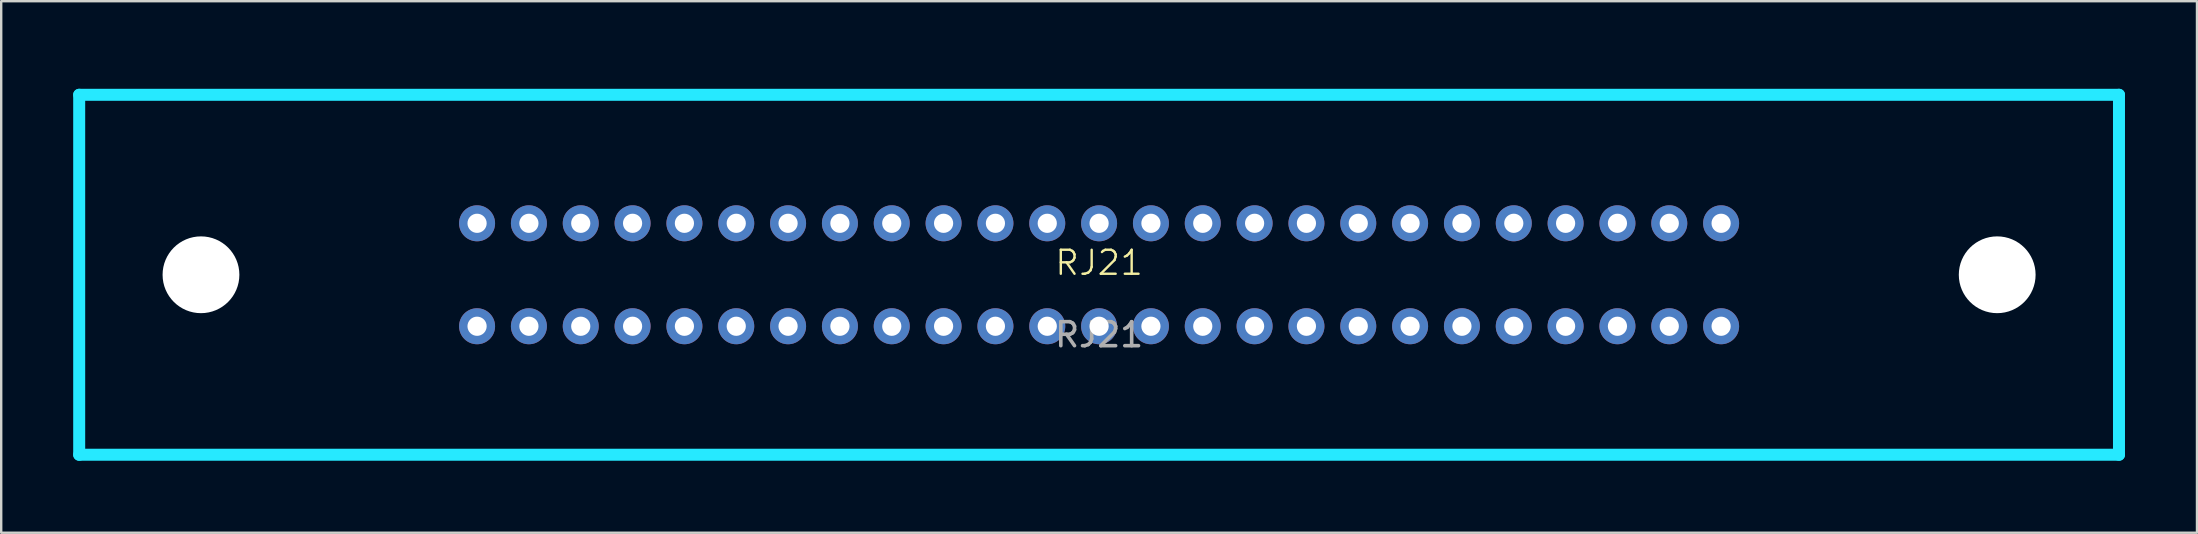
<source format=kicad_pcb>
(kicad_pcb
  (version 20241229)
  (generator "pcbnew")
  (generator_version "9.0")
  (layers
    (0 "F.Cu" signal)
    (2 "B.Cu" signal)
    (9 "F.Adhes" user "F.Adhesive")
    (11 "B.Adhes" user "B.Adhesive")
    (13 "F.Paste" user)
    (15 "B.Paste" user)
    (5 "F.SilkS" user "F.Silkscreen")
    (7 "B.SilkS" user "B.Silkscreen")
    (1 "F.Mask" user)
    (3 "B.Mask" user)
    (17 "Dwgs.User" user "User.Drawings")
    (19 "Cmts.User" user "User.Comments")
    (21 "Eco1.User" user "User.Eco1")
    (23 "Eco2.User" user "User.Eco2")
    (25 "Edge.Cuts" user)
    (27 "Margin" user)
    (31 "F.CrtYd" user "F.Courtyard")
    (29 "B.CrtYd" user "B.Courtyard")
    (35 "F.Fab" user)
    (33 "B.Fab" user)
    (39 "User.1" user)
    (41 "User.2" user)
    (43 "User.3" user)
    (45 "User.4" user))
  (footprint "RJ21"
    (layer "F.Cu")
    (at 42.75 8.4)
    (property "Reference" "RJ21" (at 0 -0.5 0) (unlocked yes) (layer "F.SilkS") (effects (font (size 1 1) (thickness 0.1))))
    (attr through_hole)
    (fp_line (start -42.5 -7.5) (end -42.5 7.5) (stroke (width 0.5) (type solid)) (layer "B.CrtYd"))
    (fp_line (start -42.5 -7.5) (end 42.5 -7.5) (stroke (width 0.5) (type solid)) (layer "B.CrtYd"))
    (fp_line (start -42.5 7.5) (end 42.5 7.5) (stroke (width 0.5) (type solid)) (layer "B.CrtYd"))
    (fp_line (start 42.5 -7.5) (end 42.5 7.5) (stroke (width 0.5) (type solid)) (layer "B.CrtYd"))
    (fp_text user "${REFERENCE}" (at 0 2.5 0) (unlocked yes) (layer "F.Fab") (effects (font (size 1 1) (thickness 0.15))))
    (fp_text user "Connector Side" (at 11.726 -5.5 0) (unlocked yes) (layer "User.1") (effects (font (size 2 2) (thickness 0.3)) (justify left bottom mirror)))
    (pad "" np_thru_hole circle (at -37.425 0) (size 3.2 3.2) (drill 3.2) (layers "*.Cu" "*.Mask"))
    (pad "" np_thru_hole circle (at 37.425 0) (size 3.2 3.2) (drill 3.2) (layers "*.Cu" "*.Mask"))
    (pad "1" thru_hole circle (at -25.92 -2.145) (size 1.5 1.5) (drill 0.8) (layers "*.Cu" "*.Mask"))
    (pad "2" thru_hole circle (at -23.76 -2.145) (size 1.5 1.5) (drill 0.8) (layers "*.Cu" "*.Mask"))
    (pad "3" thru_hole circle (at -21.6 -2.145) (size 1.5 1.5) (drill 0.8) (layers "*.Cu" "*.Mask"))
    (pad "4" thru_hole circle (at -19.44 -2.145) (size 1.5 1.5) (drill 0.8) (layers "*.Cu" "*.Mask"))
    (pad "5" thru_hole circle (at -17.28 -2.145) (size 1.5 1.5) (drill 0.8) (layers "*.Cu" "*.Mask"))
    (pad "6" thru_hole circle (at -15.12 -2.145) (size 1.5 1.5) (drill 0.8) (layers "*.Cu" "*.Mask"))
    (pad "7" thru_hole circle (at -12.96 -2.145) (size 1.5 1.5) (drill 0.8) (layers "*.Cu" "*.Mask"))
    (pad "8" thru_hole circle (at -10.8 -2.145) (size 1.5 1.5) (drill 0.8) (layers "*.Cu" "*.Mask"))
    (pad "9" thru_hole circle (at -8.64 -2.145) (size 1.5 1.5) (drill 0.8) (layers "*.Cu" "*.Mask"))
    (pad "10" thru_hole circle (at -6.48 -2.145) (size 1.5 1.5) (drill 0.8) (layers "*.Cu" "*.Mask"))
    (pad "11" thru_hole circle (at -4.32 -2.145) (size 1.5 1.5) (drill 0.8) (layers "*.Cu" "*.Mask"))
    (pad "12" thru_hole circle (at -2.16 -2.145) (size 1.5 1.5) (drill 0.8) (layers "*.Cu" "*.Mask"))
    (pad "13" thru_hole circle (at 0 -2.145) (size 1.5 1.5) (drill 0.8) (layers "*.Cu" "*.Mask"))
    (pad "14" thru_hole circle (at 2.16 -2.145) (size 1.5 1.5) (drill 0.8) (layers "*.Cu" "*.Mask"))
    (pad "15" thru_hole circle (at 4.32 -2.145) (size 1.5 1.5) (drill 0.8) (layers "*.Cu" "*.Mask"))
    (pad "16" thru_hole circle (at 6.48 -2.145) (size 1.5 1.5) (drill 0.8) (layers "*.Cu" "*.Mask"))
    (pad "17" thru_hole circle (at 8.64 -2.145) (size 1.5 1.5) (drill 0.8) (layers "*.Cu" "*.Mask"))
    (pad "18" thru_hole circle (at 10.8 -2.145) (size 1.5 1.5) (drill 0.8) (layers "*.Cu" "*.Mask"))
    (pad "19" thru_hole circle (at 12.96 -2.145) (size 1.5 1.5) (drill 0.8) (layers "*.Cu" "*.Mask"))
    (pad "20" thru_hole circle (at 15.12 -2.145) (size 1.5 1.5) (drill 0.8) (layers "*.Cu" "*.Mask"))
    (pad "21" thru_hole circle (at 17.28 -2.145) (size 1.5 1.5) (drill 0.8) (layers "*.Cu" "*.Mask"))
    (pad "22" thru_hole circle (at 19.44 -2.145) (size 1.5 1.5) (drill 0.8) (layers "*.Cu" "*.Mask"))
    (pad "23" thru_hole circle (at 21.6 -2.145) (size 1.5 1.5) (drill 0.8) (layers "*.Cu" "*.Mask"))
    (pad "24" thru_hole circle (at 23.76 -2.145) (size 1.5 1.5) (drill 0.8) (layers "*.Cu" "*.Mask"))
    (pad "25" thru_hole circle (at 25.92 -2.145) (size 1.5 1.5) (drill 0.8) (layers "*.Cu" "*.Mask"))
    (pad "26" thru_hole circle (at -25.92 2.145) (size 1.5 1.5) (drill 0.8) (layers "*.Cu" "*.Mask"))
    (pad "27" thru_hole circle (at -23.76 2.145) (size 1.5 1.5) (drill 0.8) (layers "*.Cu" "*.Mask"))
    (pad "28" thru_hole circle (at -21.6 2.145) (size 1.5 1.5) (drill 0.8) (layers "*.Cu" "*.Mask"))
    (pad "29" thru_hole circle (at -19.44 2.145) (size 1.5 1.5) (drill 0.8) (layers "*.Cu" "*.Mask"))
    (pad "30" thru_hole circle (at -17.28 2.145) (size 1.5 1.5) (drill 0.8) (layers "*.Cu" "*.Mask"))
    (pad "31" thru_hole circle (at -15.12 2.145) (size 1.5 1.5) (drill 0.8) (layers "*.Cu" "*.Mask"))
    (pad "32" thru_hole circle (at -12.96 2.145) (size 1.5 1.5) (drill 0.8) (layers "*.Cu" "*.Mask"))
    (pad "33" thru_hole circle (at -10.8 2.145) (size 1.5 1.5) (drill 0.8) (layers "*.Cu" "*.Mask"))
    (pad "34" thru_hole circle (at -8.64 2.145) (size 1.5 1.5) (drill 0.8) (layers "*.Cu" "*.Mask"))
    (pad "35" thru_hole circle (at -6.48 2.145) (size 1.5 1.5) (drill 0.8) (layers "*.Cu" "*.Mask"))
    (pad "36" thru_hole circle (at -4.32 2.145) (size 1.5 1.5) (drill 0.8) (layers "*.Cu" "*.Mask"))
    (pad "37" thru_hole circle (at -2.16 2.145) (size 1.5 1.5) (drill 0.8) (layers "*.Cu" "*.Mask"))
    (pad "38" thru_hole circle (at 0 2.145) (size 1.5 1.5) (drill 0.8) (layers "*.Cu" "*.Mask"))
    (pad "39" thru_hole circle (at 2.16 2.145) (size 1.5 1.5) (drill 0.8) (layers "*.Cu" "*.Mask"))
    (pad "40" thru_hole circle (at 4.32 2.145) (size 1.5 1.5) (drill 0.8) (layers "*.Cu" "*.Mask"))
    (pad "41" thru_hole circle (at 6.48 2.145) (size 1.5 1.5) (drill 0.8) (layers "*.Cu" "*.Mask"))
    (pad "42" thru_hole circle (at 8.64 2.145) (size 1.5 1.5) (drill 0.8) (layers "*.Cu" "*.Mask"))
    (pad "43" thru_hole circle (at 10.8 2.145) (size 1.5 1.5) (drill 0.8) (layers "*.Cu" "*.Mask"))
    (pad "44" thru_hole circle (at 12.96 2.145) (size 1.5 1.5) (drill 0.8) (layers "*.Cu" "*.Mask"))
    (pad "45" thru_hole circle (at 15.12 2.145) (size 1.5 1.5) (drill 0.8) (layers "*.Cu" "*.Mask"))
    (pad "46" thru_hole circle (at 17.28 2.145) (size 1.5 1.5) (drill 0.8) (layers "*.Cu" "*.Mask"))
    (pad "47" thru_hole circle (at 19.44 2.145) (size 1.5 1.5) (drill 0.8) (layers "*.Cu" "*.Mask"))
    (pad "48" thru_hole circle (at 21.6 2.145) (size 1.5 1.5) (drill 0.8) (layers "*.Cu" "*.Mask"))
    (pad "49" thru_hole circle (at 23.76 2.145) (size 1.5 1.5) (drill 0.8) (layers "*.Cu" "*.Mask"))
    (pad "50" thru_hole circle (at 25.92 2.145) (size 1.5 1.5) (drill 0.8) (layers "*.Cu" "*.Mask")))
  (gr_rect
    (start -3 -3)
    (end 88.5 19.15)
    (stroke (width 0.1) (type default))
    (fill no)
    (layer "Edge.Cuts")))
</source>
